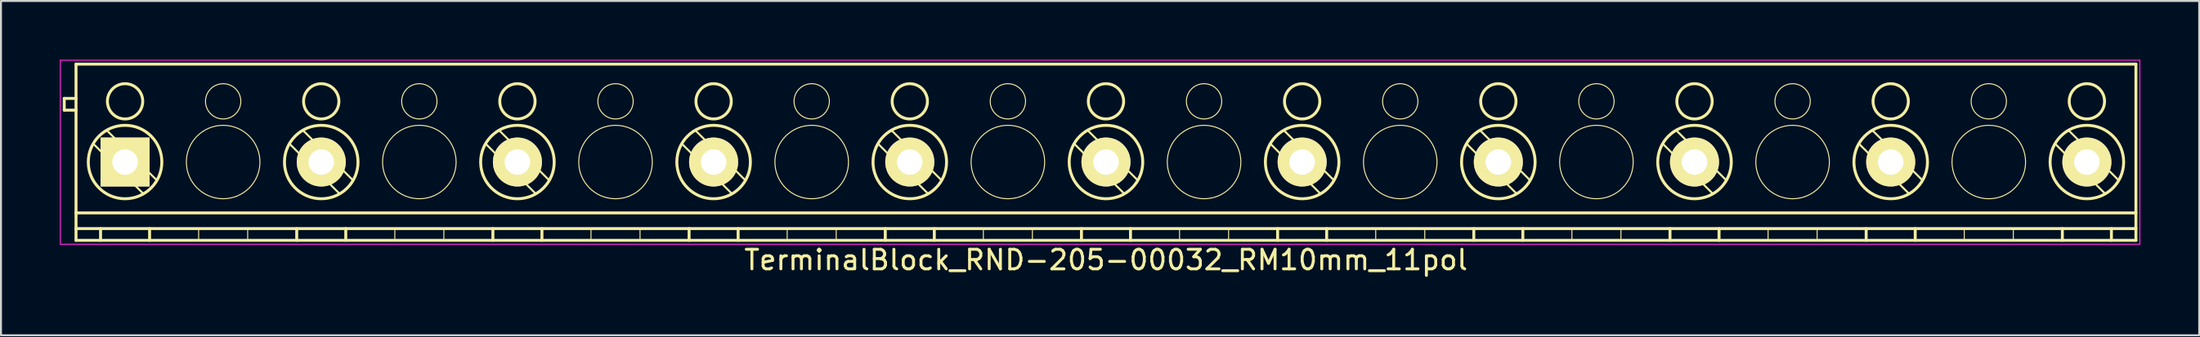
<source format=kicad_pcb>
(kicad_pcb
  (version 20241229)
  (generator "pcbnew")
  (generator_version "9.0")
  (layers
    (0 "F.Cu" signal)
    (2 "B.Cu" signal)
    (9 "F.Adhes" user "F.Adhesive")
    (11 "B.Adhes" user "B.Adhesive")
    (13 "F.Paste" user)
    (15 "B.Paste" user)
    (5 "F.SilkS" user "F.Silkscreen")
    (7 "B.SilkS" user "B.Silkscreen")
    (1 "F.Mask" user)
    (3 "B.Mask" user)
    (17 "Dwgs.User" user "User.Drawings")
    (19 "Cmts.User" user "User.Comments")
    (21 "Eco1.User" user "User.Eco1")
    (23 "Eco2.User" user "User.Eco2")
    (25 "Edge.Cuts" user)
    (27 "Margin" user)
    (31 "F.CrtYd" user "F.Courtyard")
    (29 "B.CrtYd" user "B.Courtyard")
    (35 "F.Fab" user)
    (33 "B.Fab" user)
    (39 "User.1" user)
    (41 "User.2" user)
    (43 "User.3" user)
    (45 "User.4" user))
  (footprint "TerminalBlock_RND-205-00032_RM10mm_11pol"
    (layer "F.Cu")
    (at 3.325 5.225)
    (property "Reference" "TerminalBlock_RND-205-00032_RM10mm_11pol" (at 50 5 0) (layer "F.SilkS") (effects (font (size 1 1) (thickness 0.15))))
    (attr through_hole)
    (fp_line (start -3.1 -3.25) (end -3.1 -2.65) (stroke (width 0.15) (type solid)) (layer "F.SilkS"))
    (fp_line (start -3.1 -2.65) (end -2.5 -2.65) (stroke (width 0.15) (type solid)) (layer "F.SilkS"))
    (fp_line (start -2.5 -5) (end 102.5 -5) (stroke (width 0.15) (type solid)) (layer "F.SilkS"))
    (fp_line (start -2.5 -3.25) (end -3.1 -3.25) (stroke (width 0.15) (type solid)) (layer "F.SilkS"))
    (fp_line (start -2.5 2.6) (end 102.5 2.6) (stroke (width 0.15) (type solid)) (layer "F.SilkS"))
    (fp_line (start -2.5 3.4) (end 102.5 3.4) (stroke (width 0.15) (type solid)) (layer "F.SilkS"))
    (fp_line (start -2.5 4) (end -2.5 -5) (stroke (width 0.15) (type solid)) (layer "F.SilkS"))
    (fp_line (start -1.25 3.4) (end -1.25 4) (stroke (width 0.15) (type solid)) (layer "F.SilkS"))
    (fp_line (start 0.937 1.624) (end -1.624 -0.938) (stroke (width 0.1) (type solid)) (layer "F.SilkS"))
    (fp_line (start 1.25 3.4) (end 1.25 4) (stroke (width 0.15) (type solid)) (layer "F.SilkS"))
    (fp_line (start 1.624 0.938) (end -0.937 -1.624) (stroke (width 0.1) (type solid)) (layer "F.SilkS"))
    (fp_line (start 3.75 3.4) (end 3.75 4) (stroke (width 0.05) (type solid)) (layer "F.SilkS"))
    (fp_line (start 6.25 3.4) (end 6.25 4) (stroke (width 0.05) (type solid)) (layer "F.SilkS"))
    (fp_line (start 8.75 3.4) (end 8.75 4) (stroke (width 0.15) (type solid)) (layer "F.SilkS"))
    (fp_line (start 10.938 1.624) (end 8.376 -0.938) (stroke (width 0.1) (type solid)) (layer "F.SilkS"))
    (fp_line (start 11.25 3.4) (end 11.25 4) (stroke (width 0.15) (type solid)) (layer "F.SilkS"))
    (fp_line (start 11.624 0.938) (end 9.063 -1.624) (stroke (width 0.1) (type solid)) (layer "F.SilkS"))
    (fp_line (start 13.75 3.4) (end 13.75 4) (stroke (width 0.05) (type solid)) (layer "F.SilkS"))
    (fp_line (start 16.25 3.4) (end 16.25 4) (stroke (width 0.05) (type solid)) (layer "F.SilkS"))
    (fp_line (start 18.75 3.4) (end 18.75 4) (stroke (width 0.15) (type solid)) (layer "F.SilkS"))
    (fp_line (start 20.938 1.624) (end 18.376 -0.938) (stroke (width 0.1) (type solid)) (layer "F.SilkS"))
    (fp_line (start 21.25 3.4) (end 21.25 4) (stroke (width 0.15) (type solid)) (layer "F.SilkS"))
    (fp_line (start 21.624 0.938) (end 19.063 -1.624) (stroke (width 0.1) (type solid)) (layer "F.SilkS"))
    (fp_line (start 23.75 3.4) (end 23.75 4) (stroke (width 0.05) (type solid)) (layer "F.SilkS"))
    (fp_line (start 26.25 3.4) (end 26.25 4) (stroke (width 0.05) (type solid)) (layer "F.SilkS"))
    (fp_line (start 28.75 3.4) (end 28.75 4) (stroke (width 0.15) (type solid)) (layer "F.SilkS"))
    (fp_line (start 30.938 1.624) (end 28.376 -0.938) (stroke (width 0.1) (type solid)) (layer "F.SilkS"))
    (fp_line (start 31.25 3.4) (end 31.25 4) (stroke (width 0.15) (type solid)) (layer "F.SilkS"))
    (fp_line (start 31.624 0.938) (end 29.063 -1.624) (stroke (width 0.1) (type solid)) (layer "F.SilkS"))
    (fp_line (start 33.75 3.4) (end 33.75 4) (stroke (width 0.05) (type solid)) (layer "F.SilkS"))
    (fp_line (start 36.25 3.4) (end 36.25 4) (stroke (width 0.05) (type solid)) (layer "F.SilkS"))
    (fp_line (start 38.75 3.4) (end 38.75 4) (stroke (width 0.15) (type solid)) (layer "F.SilkS"))
    (fp_line (start 40.938 1.624) (end 38.376 -0.938) (stroke (width 0.1) (type solid)) (layer "F.SilkS"))
    (fp_line (start 41.25 3.4) (end 41.25 4) (stroke (width 0.15) (type solid)) (layer "F.SilkS"))
    (fp_line (start 41.624 0.938) (end 39.063 -1.624) (stroke (width 0.1) (type solid)) (layer "F.SilkS"))
    (fp_line (start 43.75 3.4) (end 43.75 4) (stroke (width 0.05) (type solid)) (layer "F.SilkS"))
    (fp_line (start 46.25 3.4) (end 46.25 4) (stroke (width 0.05) (type solid)) (layer "F.SilkS"))
    (fp_line (start 48.75 3.4) (end 48.75 4) (stroke (width 0.15) (type solid)) (layer "F.SilkS"))
    (fp_line (start 50.938 1.624) (end 48.376 -0.938) (stroke (width 0.1) (type solid)) (layer "F.SilkS"))
    (fp_line (start 51.25 3.4) (end 51.25 4) (stroke (width 0.15) (type solid)) (layer "F.SilkS"))
    (fp_line (start 51.624 0.938) (end 49.063 -1.624) (stroke (width 0.1) (type solid)) (layer "F.SilkS"))
    (fp_line (start 53.75 3.4) (end 53.75 4) (stroke (width 0.05) (type solid)) (layer "F.SilkS"))
    (fp_line (start 56.25 3.4) (end 56.25 4) (stroke (width 0.05) (type solid)) (layer "F.SilkS"))
    (fp_line (start 58.75 3.4) (end 58.75 4) (stroke (width 0.15) (type solid)) (layer "F.SilkS"))
    (fp_line (start 60.938 1.624) (end 58.376 -0.938) (stroke (width 0.1) (type solid)) (layer "F.SilkS"))
    (fp_line (start 61.25 3.4) (end 61.25 4) (stroke (width 0.15) (type solid)) (layer "F.SilkS"))
    (fp_line (start 61.624 0.938) (end 59.063 -1.624) (stroke (width 0.1) (type solid)) (layer "F.SilkS"))
    (fp_line (start 63.75 3.4) (end 63.75 4) (stroke (width 0.05) (type solid)) (layer "F.SilkS"))
    (fp_line (start 66.25 3.4) (end 66.25 4) (stroke (width 0.05) (type solid)) (layer "F.SilkS"))
    (fp_line (start 68.75 3.4) (end 68.75 4) (stroke (width 0.15) (type solid)) (layer "F.SilkS"))
    (fp_line (start 70.938 1.624) (end 68.376 -0.938) (stroke (width 0.1) (type solid)) (layer "F.SilkS"))
    (fp_line (start 71.25 3.4) (end 71.25 4) (stroke (width 0.15) (type solid)) (layer "F.SilkS"))
    (fp_line (start 71.624 0.938) (end 69.063 -1.624) (stroke (width 0.1) (type solid)) (layer "F.SilkS"))
    (fp_line (start 73.75 3.4) (end 73.75 4) (stroke (width 0.05) (type solid)) (layer "F.SilkS"))
    (fp_line (start 76.25 3.4) (end 76.25 4) (stroke (width 0.05) (type solid)) (layer "F.SilkS"))
    (fp_line (start 78.75 3.4) (end 78.75 4) (stroke (width 0.15) (type solid)) (layer "F.SilkS"))
    (fp_line (start 80.938 1.624) (end 78.376 -0.938) (stroke (width 0.1) (type solid)) (layer "F.SilkS"))
    (fp_line (start 81.25 3.4) (end 81.25 4) (stroke (width 0.15) (type solid)) (layer "F.SilkS"))
    (fp_line (start 81.624 0.938) (end 79.063 -1.624) (stroke (width 0.1) (type solid)) (layer "F.SilkS"))
    (fp_line (start 83.75 3.4) (end 83.75 4) (stroke (width 0.05) (type solid)) (layer "F.SilkS"))
    (fp_line (start 86.25 3.4) (end 86.25 4) (stroke (width 0.05) (type solid)) (layer "F.SilkS"))
    (fp_line (start 88.75 3.4) (end 88.75 4) (stroke (width 0.15) (type solid)) (layer "F.SilkS"))
    (fp_line (start 90.938 1.624) (end 88.376 -0.938) (stroke (width 0.1) (type solid)) (layer "F.SilkS"))
    (fp_line (start 91.25 3.4) (end 91.25 4) (stroke (width 0.15) (type solid)) (layer "F.SilkS"))
    (fp_line (start 91.624 0.938) (end 89.063 -1.624) (stroke (width 0.1) (type solid)) (layer "F.SilkS"))
    (fp_line (start 93.75 3.4) (end 93.75 4) (stroke (width 0.05) (type solid)) (layer "F.SilkS"))
    (fp_line (start 96.25 3.4) (end 96.25 4) (stroke (width 0.05) (type solid)) (layer "F.SilkS"))
    (fp_line (start 98.75 3.4) (end 98.75 4) (stroke (width 0.15) (type solid)) (layer "F.SilkS"))
    (fp_line (start 100.937 1.624) (end 98.376 -0.938) (stroke (width 0.1) (type solid)) (layer "F.SilkS"))
    (fp_line (start 101.25 3.4) (end 101.25 4) (stroke (width 0.15) (type solid)) (layer "F.SilkS"))
    (fp_line (start 101.624 0.938) (end 99.063 -1.624) (stroke (width 0.1) (type solid)) (layer "F.SilkS"))
    (fp_line (start 102.5 -5) (end 102.5 4) (stroke (width 0.15) (type solid)) (layer "F.SilkS"))
    (fp_line (start 102.5 4) (end -2.5 4) (stroke (width 0.15) (type solid)) (layer "F.SilkS"))
    (fp_circle (center 0 -3.1) (end -0.9 -3.1) (stroke (width 0.15) (type solid)) (fill no) (layer "F.SilkS"))
    (fp_circle (center 0 0) (end -1.875 0) (stroke (width 0.15) (type solid)) (fill no) (layer "F.SilkS"))
    (fp_circle (center 5 -3.1) (end 4.1 -3.1) (stroke (width 0.05) (type solid)) (fill no) (layer "F.SilkS"))
    (fp_circle (center 5 0) (end 3.125 0) (stroke (width 0.05) (type solid)) (fill no) (layer "F.SilkS"))
    (fp_circle (center 10 -3.1) (end 9.1 -3.1) (stroke (width 0.15) (type solid)) (fill no) (layer "F.SilkS"))
    (fp_circle (center 10 0) (end 8.125 0) (stroke (width 0.15) (type solid)) (fill no) (layer "F.SilkS"))
    (fp_circle (center 15 -3.1) (end 14.1 -3.1) (stroke (width 0.05) (type solid)) (fill no) (layer "F.SilkS"))
    (fp_circle (center 15 0) (end 13.125 0) (stroke (width 0.05) (type solid)) (fill no) (layer "F.SilkS"))
    (fp_circle (center 20 -3.1) (end 19.1 -3.1) (stroke (width 0.15) (type solid)) (fill no) (layer "F.SilkS"))
    (fp_circle (center 20 0) (end 18.125 0) (stroke (width 0.15) (type solid)) (fill no) (layer "F.SilkS"))
    (fp_circle (center 25 -3.1) (end 24.1 -3.1) (stroke (width 0.05) (type solid)) (fill no) (layer "F.SilkS"))
    (fp_circle (center 25 0) (end 23.125 0) (stroke (width 0.05) (type solid)) (fill no) (layer "F.SilkS"))
    (fp_circle (center 30 -3.1) (end 29.1 -3.1) (stroke (width 0.15) (type solid)) (fill no) (layer "F.SilkS"))
    (fp_circle (center 30 0) (end 28.125 0) (stroke (width 0.15) (type solid)) (fill no) (layer "F.SilkS"))
    (fp_circle (center 35 -3.1) (end 34.1 -3.1) (stroke (width 0.05) (type solid)) (fill no) (layer "F.SilkS"))
    (fp_circle (center 35 0) (end 33.125 0) (stroke (width 0.05) (type solid)) (fill no) (layer "F.SilkS"))
    (fp_circle (center 40 -3.1) (end 39.1 -3.1) (stroke (width 0.15) (type solid)) (fill no) (layer "F.SilkS"))
    (fp_circle (center 40 0) (end 38.125 0) (stroke (width 0.15) (type solid)) (fill no) (layer "F.SilkS"))
    (fp_circle (center 45 -3.1) (end 44.1 -3.1) (stroke (width 0.05) (type solid)) (fill no) (layer "F.SilkS"))
    (fp_circle (center 45 0) (end 43.125 0) (stroke (width 0.05) (type solid)) (fill no) (layer "F.SilkS"))
    (fp_circle (center 50 -3.1) (end 49.1 -3.1) (stroke (width 0.15) (type solid)) (fill no) (layer "F.SilkS"))
    (fp_circle (center 50 0) (end 48.125 0) (stroke (width 0.15) (type solid)) (fill no) (layer "F.SilkS"))
    (fp_circle (center 55 -3.1) (end 54.1 -3.1) (stroke (width 0.05) (type solid)) (fill no) (layer "F.SilkS"))
    (fp_circle (center 55 0) (end 53.125 0) (stroke (width 0.05) (type solid)) (fill no) (layer "F.SilkS"))
    (fp_circle (center 60 -3.1) (end 59.1 -3.1) (stroke (width 0.15) (type solid)) (fill no) (layer "F.SilkS"))
    (fp_circle (center 60 0) (end 58.125 0) (stroke (width 0.15) (type solid)) (fill no) (layer "F.SilkS"))
    (fp_circle (center 65 -3.1) (end 64.1 -3.1) (stroke (width 0.05) (type solid)) (fill no) (layer "F.SilkS"))
    (fp_circle (center 65 0) (end 63.125 0) (stroke (width 0.05) (type solid)) (fill no) (layer "F.SilkS"))
    (fp_circle (center 70 -3.1) (end 69.1 -3.1) (stroke (width 0.15) (type solid)) (fill no) (layer "F.SilkS"))
    (fp_circle (center 70 0) (end 68.125 0) (stroke (width 0.15) (type solid)) (fill no) (layer "F.SilkS"))
    (fp_circle (center 75 -3.1) (end 74.1 -3.1) (stroke (width 0.05) (type solid)) (fill no) (layer "F.SilkS"))
    (fp_circle (center 75 0) (end 73.125 0) (stroke (width 0.05) (type solid)) (fill no) (layer "F.SilkS"))
    (fp_circle (center 80 -3.1) (end 79.1 -3.1) (stroke (width 0.15) (type solid)) (fill no) (layer "F.SilkS"))
    (fp_circle (center 80 0) (end 78.125 0) (stroke (width 0.15) (type solid)) (fill no) (layer "F.SilkS"))
    (fp_circle (center 85 -3.1) (end 84.1 -3.1) (stroke (width 0.05) (type solid)) (fill no) (layer "F.SilkS"))
    (fp_circle (center 85 0) (end 83.125 0) (stroke (width 0.05) (type solid)) (fill no) (layer "F.SilkS"))
    (fp_circle (center 90 -3.1) (end 89.1 -3.1) (stroke (width 0.15) (type solid)) (fill no) (layer "F.SilkS"))
    (fp_circle (center 90 0) (end 88.125 0) (stroke (width 0.15) (type solid)) (fill no) (layer "F.SilkS"))
    (fp_circle (center 95 -3.1) (end 94.1 -3.1) (stroke (width 0.05) (type solid)) (fill no) (layer "F.SilkS"))
    (fp_circle (center 95 0) (end 93.125 0) (stroke (width 0.05) (type solid)) (fill no) (layer "F.SilkS"))
    (fp_circle (center 100 -3.1) (end 99.1 -3.1) (stroke (width 0.15) (type solid)) (fill no) (layer "F.SilkS"))
    (fp_circle (center 100 0) (end 98.125 0) (stroke (width 0.15) (type solid)) (fill no) (layer "F.SilkS"))
    (fp_line (start -3.3 -5.2) (end 102.7 -5.2) (stroke (width 0.05) (type solid)) (layer "F.CrtYd"))
    (fp_line (start -3.3 4.2) (end -3.3 -5.2) (stroke (width 0.05) (type solid)) (layer "F.CrtYd"))
    (fp_line (start 102.7 -5.2) (end 102.7 4.2) (stroke (width 0.05) (type solid)) (layer "F.CrtYd"))
    (fp_line (start 102.7 4.2) (end -3.3 4.2) (stroke (width 0.05) (type solid)) (layer "F.CrtYd"))
    (pad "1" thru_hole rect (at 0 0) (size 2.5 2.5) (drill 1.3) (layers "*.Cu" "*.Mask" "F.SilkS"))
    (pad "2" thru_hole circle (at 10 0) (size 2.5 2.5) (drill 1.3) (layers "*.Cu" "*.Mask" "F.SilkS"))
    (pad "3" thru_hole circle (at 20 0) (size 2.5 2.5) (drill 1.3) (layers "*.Cu" "*.Mask" "F.SilkS"))
    (pad "4" thru_hole circle (at 30 0) (size 2.5 2.5) (drill 1.3) (layers "*.Cu" "*.Mask" "F.SilkS"))
    (pad "5" thru_hole circle (at 40 0) (size 2.5 2.5) (drill 1.3) (layers "*.Cu" "*.Mask" "F.SilkS"))
    (pad "6" thru_hole circle (at 50 0) (size 2.5 2.5) (drill 1.3) (layers "*.Cu" "*.Mask" "F.SilkS"))
    (pad "7" thru_hole circle (at 60 0) (size 2.5 2.5) (drill 1.3) (layers "*.Cu" "*.Mask" "F.SilkS"))
    (pad "8" thru_hole circle (at 70 0) (size 2.5 2.5) (drill 1.3) (layers "*.Cu" "*.Mask" "F.SilkS"))
    (pad "9" thru_hole circle (at 80 0) (size 2.5 2.5) (drill 1.3) (layers "*.Cu" "*.Mask" "F.SilkS"))
    (pad "10" thru_hole circle (at 90 0) (size 2.5 2.5) (drill 1.3) (layers "*.Cu" "*.Mask" "F.SilkS"))
    (pad "11" thru_hole circle (at 100 0) (size 2.5 2.5) (drill 1.3) (layers "*.Cu" "*.Mask" "F.SilkS")))
  (gr_rect
    (start -3 -3)
    (end 109.05 14.073)
    (stroke (width 0.1) (type default))
    (fill no)
    (layer "Edge.Cuts")))
</source>
